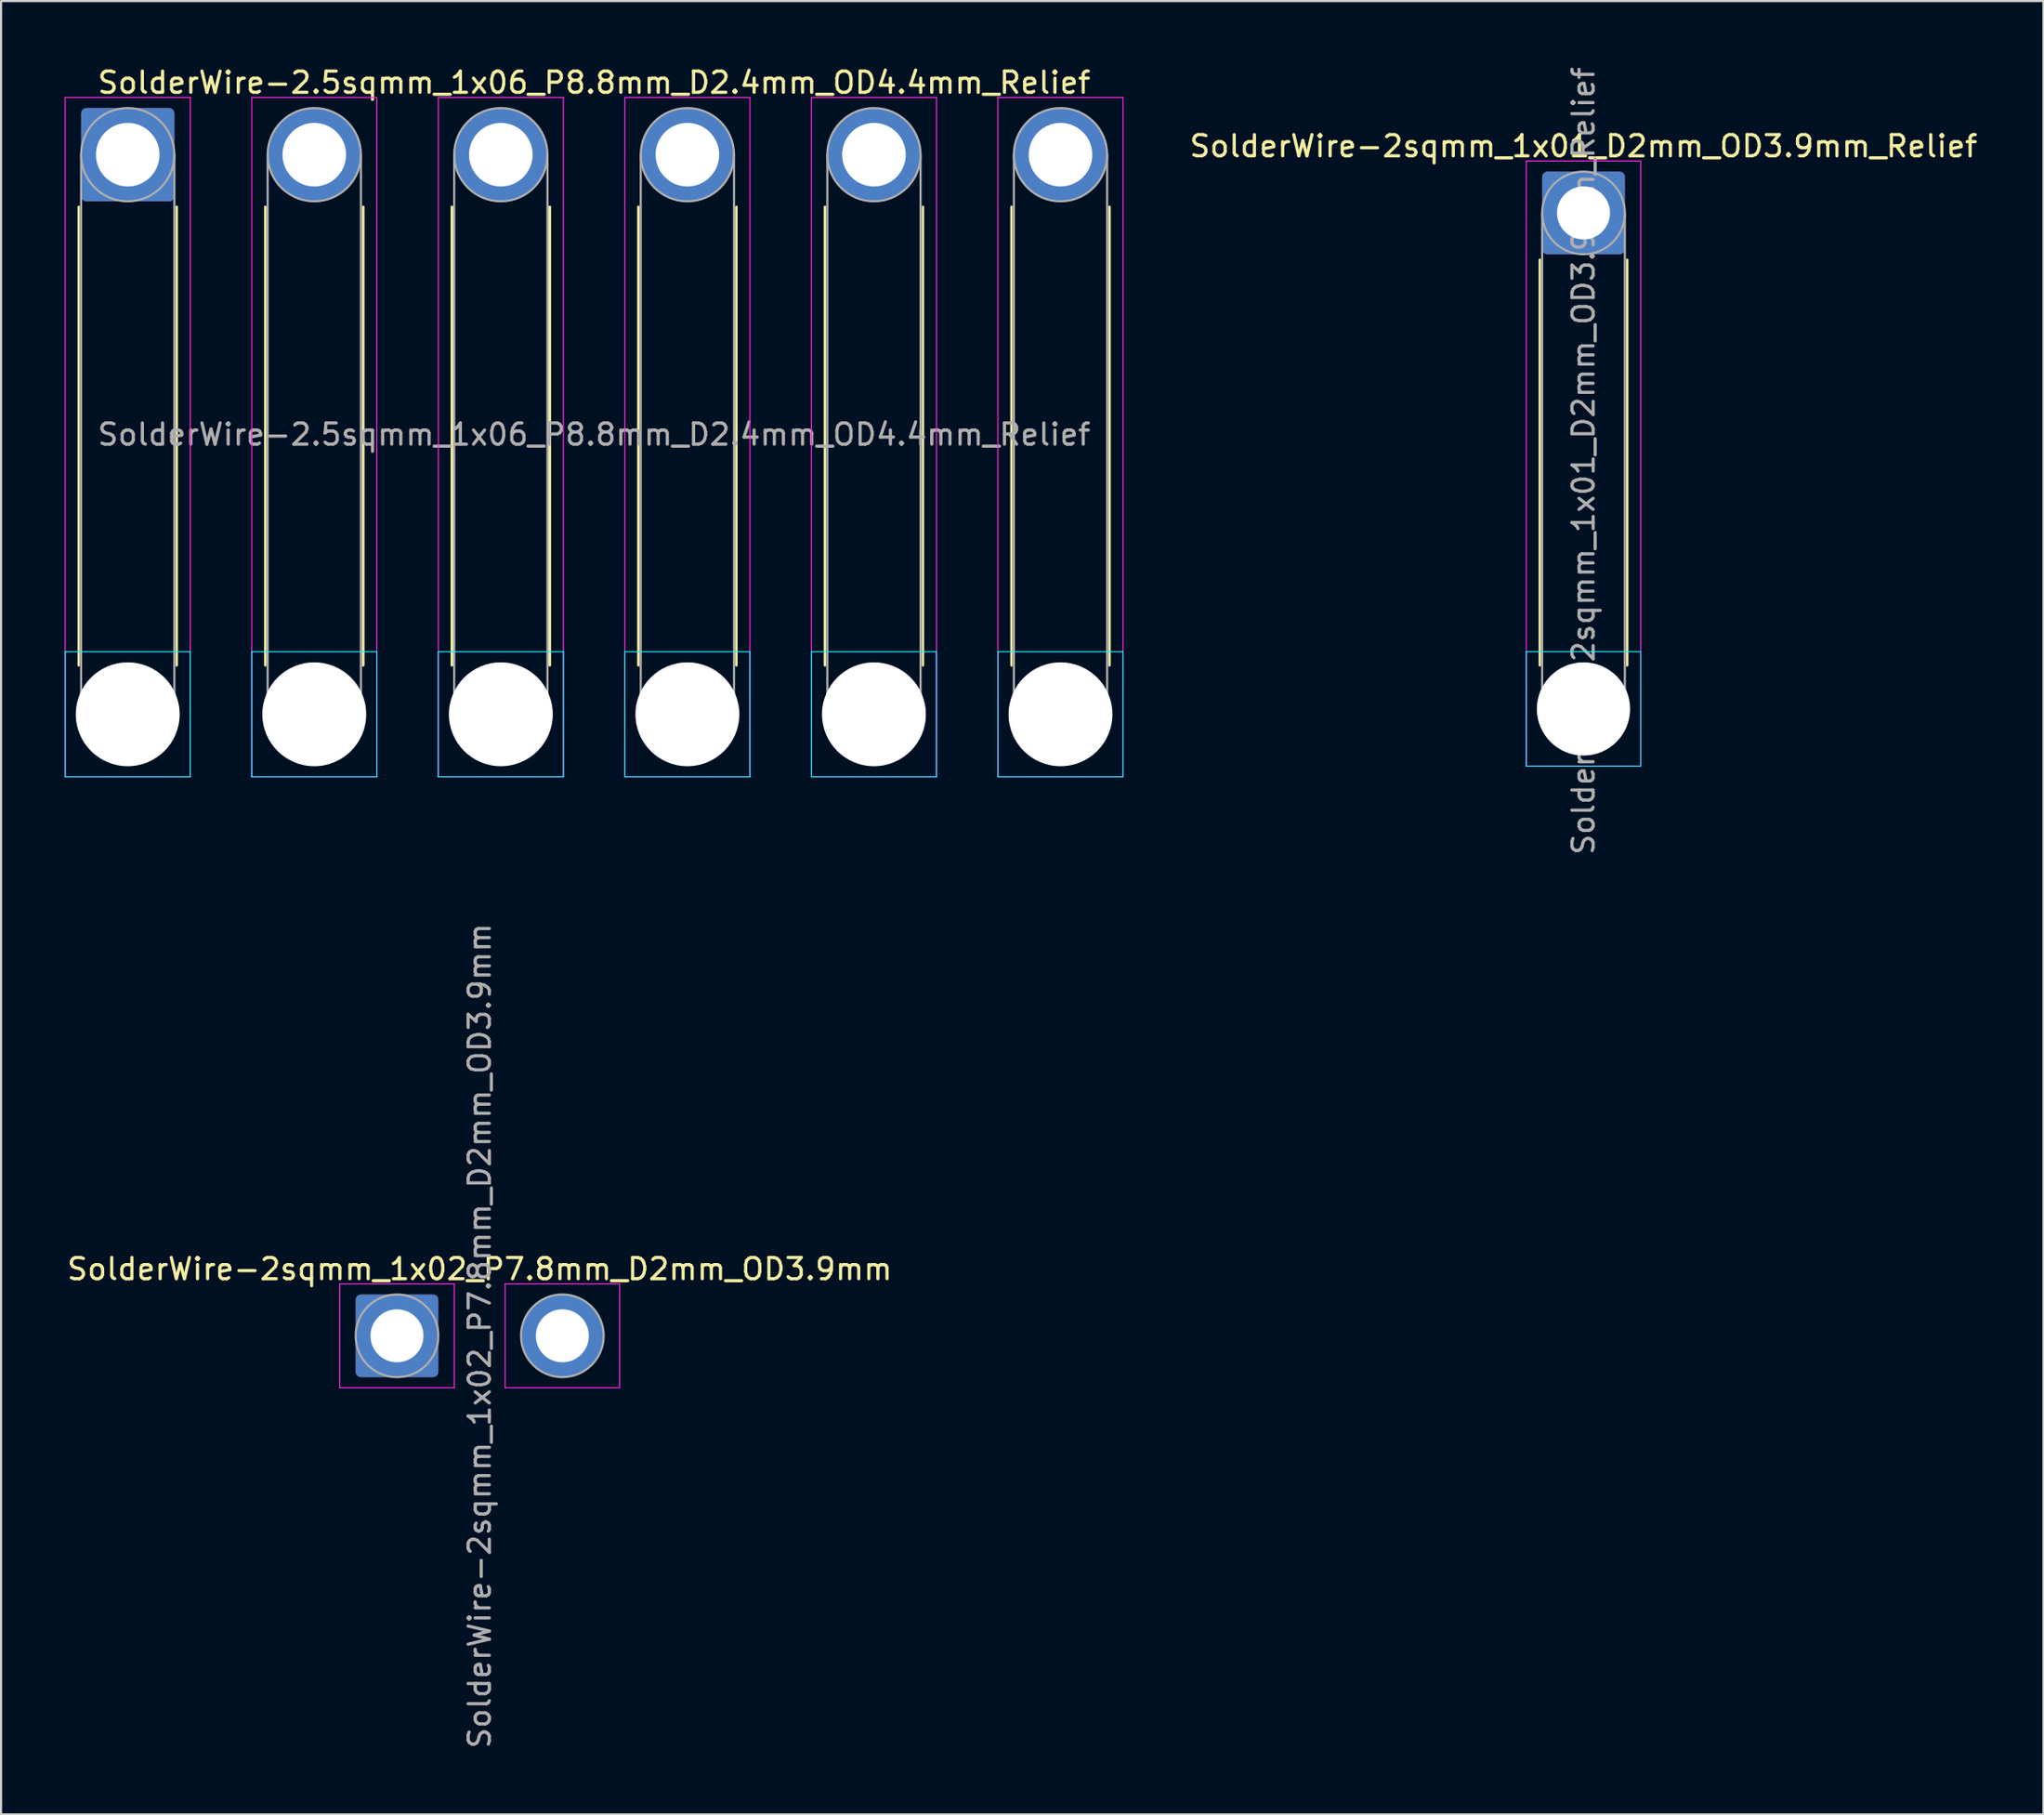
<source format=kicad_pcb>
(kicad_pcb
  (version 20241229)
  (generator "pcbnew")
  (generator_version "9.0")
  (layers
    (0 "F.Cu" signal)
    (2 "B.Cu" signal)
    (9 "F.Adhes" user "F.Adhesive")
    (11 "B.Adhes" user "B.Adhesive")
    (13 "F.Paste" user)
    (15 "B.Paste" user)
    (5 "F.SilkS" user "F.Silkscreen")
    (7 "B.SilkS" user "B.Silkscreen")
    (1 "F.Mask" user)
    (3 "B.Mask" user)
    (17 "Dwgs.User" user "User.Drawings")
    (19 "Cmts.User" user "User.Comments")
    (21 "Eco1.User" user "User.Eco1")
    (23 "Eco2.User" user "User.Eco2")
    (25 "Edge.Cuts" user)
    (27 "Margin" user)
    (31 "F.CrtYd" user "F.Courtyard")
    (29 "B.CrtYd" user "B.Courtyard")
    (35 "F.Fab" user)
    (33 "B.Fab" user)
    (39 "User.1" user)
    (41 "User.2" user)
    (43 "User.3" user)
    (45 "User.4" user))
  (footprint "SolderWire-2.5sqmm_1x06_P8.8mm_D2.4mm_OD4.4mm_Relief"
    (layer "F.Cu")
    (at 2.975 4.248)
    (property "Reference" "SolderWire-2.5sqmm_1x06_P8.8mm_D2.4mm_OD4.4mm_Relief" (at 22 -3.4 0) (layer "F.SilkS") (effects (font (size 1 1) (thickness 0.15))))
    (attr exclude_from_pos_files exclude_from_bom)
    (fp_line (start -2.31 2.46) (end -2.31 24.09) (stroke (width 0.12) (type solid)) (layer "F.SilkS"))
    (fp_line (start 2.31 2.46) (end 2.31 24.09) (stroke (width 0.12) (type solid)) (layer "F.SilkS"))
    (fp_line (start 6.49 2.46) (end 6.49 24.09) (stroke (width 0.12) (type solid)) (layer "F.SilkS"))
    (fp_line (start 11.11 2.46) (end 11.11 24.09) (stroke (width 0.12) (type solid)) (layer "F.SilkS"))
    (fp_line (start 15.29 2.46) (end 15.29 24.09) (stroke (width 0.12) (type solid)) (layer "F.SilkS"))
    (fp_line (start 19.91 2.46) (end 19.91 24.09) (stroke (width 0.12) (type solid)) (layer "F.SilkS"))
    (fp_line (start 24.09 2.46) (end 24.09 24.09) (stroke (width 0.12) (type solid)) (layer "F.SilkS"))
    (fp_line (start 28.71 2.46) (end 28.71 24.09) (stroke (width 0.12) (type solid)) (layer "F.SilkS"))
    (fp_line (start 32.89 2.46) (end 32.89 24.09) (stroke (width 0.12) (type solid)) (layer "F.SilkS"))
    (fp_line (start 37.51 2.46) (end 37.51 24.09) (stroke (width 0.12) (type solid)) (layer "F.SilkS"))
    (fp_line (start 41.69 2.46) (end 41.69 24.09) (stroke (width 0.12) (type solid)) (layer "F.SilkS"))
    (fp_line (start 46.31 2.46) (end 46.31 24.09) (stroke (width 0.12) (type solid)) (layer "F.SilkS"))
    (fp_line (start -2.95 23.45) (end -2.95 29.35) (stroke (width 0.05) (type solid)) (layer "B.CrtYd"))
    (fp_line (start -2.95 29.35) (end 2.95 29.35) (stroke (width 0.05) (type solid)) (layer "B.CrtYd"))
    (fp_line (start 2.95 23.45) (end -2.95 23.45) (stroke (width 0.05) (type solid)) (layer "B.CrtYd"))
    (fp_line (start 2.95 29.35) (end 2.95 23.45) (stroke (width 0.05) (type solid)) (layer "B.CrtYd"))
    (fp_line (start 5.85 23.45) (end 5.85 29.35) (stroke (width 0.05) (type solid)) (layer "B.CrtYd"))
    (fp_line (start 5.85 29.35) (end 11.75 29.35) (stroke (width 0.05) (type solid)) (layer "B.CrtYd"))
    (fp_line (start 11.75 23.45) (end 5.85 23.45) (stroke (width 0.05) (type solid)) (layer "B.CrtYd"))
    (fp_line (start 11.75 29.35) (end 11.75 23.45) (stroke (width 0.05) (type solid)) (layer "B.CrtYd"))
    (fp_line (start 14.65 23.45) (end 14.65 29.35) (stroke (width 0.05) (type solid)) (layer "B.CrtYd"))
    (fp_line (start 14.65 29.35) (end 20.55 29.35) (stroke (width 0.05) (type solid)) (layer "B.CrtYd"))
    (fp_line (start 20.55 23.45) (end 14.65 23.45) (stroke (width 0.05) (type solid)) (layer "B.CrtYd"))
    (fp_line (start 20.55 29.35) (end 20.55 23.45) (stroke (width 0.05) (type solid)) (layer "B.CrtYd"))
    (fp_line (start 23.45 23.45) (end 23.45 29.35) (stroke (width 0.05) (type solid)) (layer "B.CrtYd"))
    (fp_line (start 23.45 29.35) (end 29.35 29.35) (stroke (width 0.05) (type solid)) (layer "B.CrtYd"))
    (fp_line (start 29.35 23.45) (end 23.45 23.45) (stroke (width 0.05) (type solid)) (layer "B.CrtYd"))
    (fp_line (start 29.35 29.35) (end 29.35 23.45) (stroke (width 0.05) (type solid)) (layer "B.CrtYd"))
    (fp_line (start 32.25 23.45) (end 32.25 29.35) (stroke (width 0.05) (type solid)) (layer "B.CrtYd"))
    (fp_line (start 32.25 29.35) (end 38.15 29.35) (stroke (width 0.05) (type solid)) (layer "B.CrtYd"))
    (fp_line (start 38.15 23.45) (end 32.25 23.45) (stroke (width 0.05) (type solid)) (layer "B.CrtYd"))
    (fp_line (start 38.15 29.35) (end 38.15 23.45) (stroke (width 0.05) (type solid)) (layer "B.CrtYd"))
    (fp_line (start 41.05 23.45) (end 41.05 29.35) (stroke (width 0.05) (type solid)) (layer "B.CrtYd"))
    (fp_line (start 41.05 29.35) (end 46.95 29.35) (stroke (width 0.05) (type solid)) (layer "B.CrtYd"))
    (fp_line (start 46.95 23.45) (end 41.05 23.45) (stroke (width 0.05) (type solid)) (layer "B.CrtYd"))
    (fp_line (start 46.95 29.35) (end 46.95 23.45) (stroke (width 0.05) (type solid)) (layer "B.CrtYd"))
    (fp_line (start -2.95 -2.7) (end -2.95 29.35) (stroke (width 0.05) (type solid)) (layer "F.CrtYd"))
    (fp_line (start -2.95 29.35) (end 2.95 29.35) (stroke (width 0.05) (type solid)) (layer "F.CrtYd"))
    (fp_line (start 2.95 -2.7) (end -2.95 -2.7) (stroke (width 0.05) (type solid)) (layer "F.CrtYd"))
    (fp_line (start 2.95 29.35) (end 2.95 -2.7) (stroke (width 0.05) (type solid)) (layer "F.CrtYd"))
    (fp_line (start 5.85 -2.7) (end 5.85 29.35) (stroke (width 0.05) (type solid)) (layer "F.CrtYd"))
    (fp_line (start 5.85 29.35) (end 11.75 29.35) (stroke (width 0.05) (type solid)) (layer "F.CrtYd"))
    (fp_line (start 11.75 -2.7) (end 5.85 -2.7) (stroke (width 0.05) (type solid)) (layer "F.CrtYd"))
    (fp_line (start 11.75 29.35) (end 11.75 -2.7) (stroke (width 0.05) (type solid)) (layer "F.CrtYd"))
    (fp_line (start 14.65 -2.7) (end 14.65 29.35) (stroke (width 0.05) (type solid)) (layer "F.CrtYd"))
    (fp_line (start 14.65 29.35) (end 20.55 29.35) (stroke (width 0.05) (type solid)) (layer "F.CrtYd"))
    (fp_line (start 20.55 -2.7) (end 14.65 -2.7) (stroke (width 0.05) (type solid)) (layer "F.CrtYd"))
    (fp_line (start 20.55 29.35) (end 20.55 -2.7) (stroke (width 0.05) (type solid)) (layer "F.CrtYd"))
    (fp_line (start 23.45 -2.7) (end 23.45 29.35) (stroke (width 0.05) (type solid)) (layer "F.CrtYd"))
    (fp_line (start 23.45 29.35) (end 29.35 29.35) (stroke (width 0.05) (type solid)) (layer "F.CrtYd"))
    (fp_line (start 29.35 -2.7) (end 23.45 -2.7) (stroke (width 0.05) (type solid)) (layer "F.CrtYd"))
    (fp_line (start 29.35 29.35) (end 29.35 -2.7) (stroke (width 0.05) (type solid)) (layer "F.CrtYd"))
    (fp_line (start 32.25 -2.7) (end 32.25 29.35) (stroke (width 0.05) (type solid)) (layer "F.CrtYd"))
    (fp_line (start 32.25 29.35) (end 38.15 29.35) (stroke (width 0.05) (type solid)) (layer "F.CrtYd"))
    (fp_line (start 38.15 -2.7) (end 32.25 -2.7) (stroke (width 0.05) (type solid)) (layer "F.CrtYd"))
    (fp_line (start 38.15 29.35) (end 38.15 -2.7) (stroke (width 0.05) (type solid)) (layer "F.CrtYd"))
    (fp_line (start 41.05 -2.7) (end 41.05 29.35) (stroke (width 0.05) (type solid)) (layer "F.CrtYd"))
    (fp_line (start 41.05 29.35) (end 46.95 29.35) (stroke (width 0.05) (type solid)) (layer "F.CrtYd"))
    (fp_line (start 46.95 -2.7) (end 41.05 -2.7) (stroke (width 0.05) (type solid)) (layer "F.CrtYd"))
    (fp_line (start 46.95 29.35) (end 46.95 -2.7) (stroke (width 0.05) (type solid)) (layer "F.CrtYd"))
    (fp_line (start -2.2 0) (end -2.2 26.4) (stroke (width 0.1) (type solid)) (layer "F.Fab"))
    (fp_line (start 2.2 0) (end 2.2 26.4) (stroke (width 0.1) (type solid)) (layer "F.Fab"))
    (fp_line (start 6.6 0) (end 6.6 26.4) (stroke (width 0.1) (type solid)) (layer "F.Fab"))
    (fp_line (start 11 0) (end 11 26.4) (stroke (width 0.1) (type solid)) (layer "F.Fab"))
    (fp_line (start 15.4 0) (end 15.4 26.4) (stroke (width 0.1) (type solid)) (layer "F.Fab"))
    (fp_line (start 19.8 0) (end 19.8 26.4) (stroke (width 0.1) (type solid)) (layer "F.Fab"))
    (fp_line (start 24.2 0) (end 24.2 26.4) (stroke (width 0.1) (type solid)) (layer "F.Fab"))
    (fp_line (start 28.6 0) (end 28.6 26.4) (stroke (width 0.1) (type solid)) (layer "F.Fab"))
    (fp_line (start 33 0) (end 33 26.4) (stroke (width 0.1) (type solid)) (layer "F.Fab"))
    (fp_line (start 37.4 0) (end 37.4 26.4) (stroke (width 0.1) (type solid)) (layer "F.Fab"))
    (fp_line (start 41.8 0) (end 41.8 26.4) (stroke (width 0.1) (type solid)) (layer "F.Fab"))
    (fp_line (start 46.2 0) (end 46.2 26.4) (stroke (width 0.1) (type solid)) (layer "F.Fab"))
    (fp_circle (center 0 0) (end 2.2 0) (stroke (width 0.1) (type solid)) (fill no) (layer "F.Fab"))
    (fp_circle (center 0 26.4) (end 2.2 26.4) (stroke (width 0.1) (type solid)) (fill no) (layer "F.Fab"))
    (fp_circle (center 8.8 0) (end 11 0) (stroke (width 0.1) (type solid)) (fill no) (layer "F.Fab"))
    (fp_circle (center 8.8 26.4) (end 11 26.4) (stroke (width 0.1) (type solid)) (fill no) (layer "F.Fab"))
    (fp_circle (center 17.6 0) (end 19.8 0) (stroke (width 0.1) (type solid)) (fill no) (layer "F.Fab"))
    (fp_circle (center 17.6 26.4) (end 19.8 26.4) (stroke (width 0.1) (type solid)) (fill no) (layer "F.Fab"))
    (fp_circle (center 26.4 0) (end 28.6 0) (stroke (width 0.1) (type solid)) (fill no) (layer "F.Fab"))
    (fp_circle (center 26.4 26.4) (end 28.6 26.4) (stroke (width 0.1) (type solid)) (fill no) (layer "F.Fab"))
    (fp_circle (center 35.2 0) (end 37.4 0) (stroke (width 0.1) (type solid)) (fill no) (layer "F.Fab"))
    (fp_circle (center 35.2 26.4) (end 37.4 26.4) (stroke (width 0.1) (type solid)) (fill no) (layer "F.Fab"))
    (fp_circle (center 44 0) (end 46.2 0) (stroke (width 0.1) (type solid)) (fill no) (layer "F.Fab"))
    (fp_circle (center 44 26.4) (end 46.2 26.4) (stroke (width 0.1) (type solid)) (fill no) (layer "F.Fab"))
    (fp_text user "${REFERENCE}" (at 22 13.2 0) (layer "F.Fab") (effects (font (size 1 1) (thickness 0.15))))
    (pad "" np_thru_hole circle (at 0 26.4) (size 4.9 4.9) (drill 4.9) (layers "*.Cu" "*.Mask"))
    (pad "" np_thru_hole circle (at 8.8 26.4) (size 4.9 4.9) (drill 4.9) (layers "*.Cu" "*.Mask"))
    (pad "" np_thru_hole circle (at 17.6 26.4) (size 4.9 4.9) (drill 4.9) (layers "*.Cu" "*.Mask"))
    (pad "" np_thru_hole circle (at 26.4 26.4) (size 4.9 4.9) (drill 4.9) (layers "*.Cu" "*.Mask"))
    (pad "" np_thru_hole circle (at 35.2 26.4) (size 4.9 4.9) (drill 4.9) (layers "*.Cu" "*.Mask"))
    (pad "" np_thru_hole circle (at 44 26.4) (size 4.9 4.9) (drill 4.9) (layers "*.Cu" "*.Mask"))
    (pad "1" thru_hole roundrect (at 0 0) (size 4.4 4.4) (drill 3) (layers "*.Cu" "*.Mask") (roundrect_rratio 0.057))
    (pad "2" thru_hole circle (at 8.8 0) (size 4.4 4.4) (drill 3) (layers "*.Cu" "*.Mask"))
    (pad "3" thru_hole circle (at 17.6 0) (size 4.4 4.4) (drill 3) (layers "*.Cu" "*.Mask"))
    (pad "4" thru_hole circle (at 26.4 0) (size 4.4 4.4) (drill 3) (layers "*.Cu" "*.Mask"))
    (pad "5" thru_hole circle (at 35.2 0) (size 4.4 4.4) (drill 3) (layers "*.Cu" "*.Mask"))
    (pad "6" thru_hole circle (at 44 0) (size 4.4 4.4) (drill 3) (layers "*.Cu" "*.Mask")))
  (footprint "SolderWire-2sqmm_1x02_P7.8mm_D2mm_OD3.9mm"
    (layer "F.Cu")
    (at 15.677 59.97)
    (property "Reference" "SolderWire-2sqmm_1x02_P7.8mm_D2mm_OD3.9mm" (at 3.9 -3.15 0) (layer "F.SilkS") (effects (font (size 1 1) (thickness 0.15))))
    (attr exclude_from_pos_files exclude_from_bom)
    (fp_line (start -2.7 -2.45) (end -2.7 2.45) (stroke (width 0.05) (type solid)) (layer "F.CrtYd"))
    (fp_line (start -2.7 2.45) (end 2.7 2.45) (stroke (width 0.05) (type solid)) (layer "F.CrtYd"))
    (fp_line (start 2.7 -2.45) (end -2.7 -2.45) (stroke (width 0.05) (type solid)) (layer "F.CrtYd"))
    (fp_line (start 2.7 2.45) (end 2.7 -2.45) (stroke (width 0.05) (type solid)) (layer "F.CrtYd"))
    (fp_line (start 5.1 -2.45) (end 5.1 2.45) (stroke (width 0.05) (type solid)) (layer "F.CrtYd"))
    (fp_line (start 5.1 2.45) (end 10.5 2.45) (stroke (width 0.05) (type solid)) (layer "F.CrtYd"))
    (fp_line (start 10.5 -2.45) (end 5.1 -2.45) (stroke (width 0.05) (type solid)) (layer "F.CrtYd"))
    (fp_line (start 10.5 2.45) (end 10.5 -2.45) (stroke (width 0.05) (type solid)) (layer "F.CrtYd"))
    (fp_circle (center 0 0) (end 1.95 0) (stroke (width 0.1) (type solid)) (fill no) (layer "F.Fab"))
    (fp_circle (center 7.8 0) (end 9.75 0) (stroke (width 0.1) (type solid)) (fill no) (layer "F.Fab"))
    (fp_text user "${REFERENCE}" (at 3.9 0 90) (layer "F.Fab") (effects (font (size 1 1) (thickness 0.15))))
    (pad "1" thru_hole roundrect (at 0 0) (size 3.9 3.9) (drill 2.5) (layers "*.Cu" "*.Mask") (roundrect_rratio 0.064))
    (pad "2" thru_hole circle (at 7.8 0) (size 3.9 3.9) (drill 2.5) (layers "*.Cu" "*.Mask")))
  (footprint "SolderWire-2sqmm_1x01_D2mm_OD3.9mm_Relief"
    (layer "F.Cu")
    (at 71.646 6.996)
    (property "Reference" "SolderWire-2sqmm_1x01_D2mm_OD3.9mm_Relief" (at 0 -3.15 0) (layer "F.SilkS") (effects (font (size 1 1) (thickness 0.15))))
    (attr exclude_from_pos_files exclude_from_bom)
    (fp_line (start -2.06 2.21) (end -2.06 21.34) (stroke (width 0.12) (type solid)) (layer "F.SilkS"))
    (fp_line (start 2.06 2.21) (end 2.06 21.34) (stroke (width 0.12) (type solid)) (layer "F.SilkS"))
    (fp_line (start -2.7 20.7) (end -2.7 26.1) (stroke (width 0.05) (type solid)) (layer "B.CrtYd"))
    (fp_line (start -2.7 26.1) (end 2.7 26.1) (stroke (width 0.05) (type solid)) (layer "B.CrtYd"))
    (fp_line (start 2.7 20.7) (end -2.7 20.7) (stroke (width 0.05) (type solid)) (layer "B.CrtYd"))
    (fp_line (start 2.7 26.1) (end 2.7 20.7) (stroke (width 0.05) (type solid)) (layer "B.CrtYd"))
    (fp_line (start -2.7 -2.45) (end -2.7 26.1) (stroke (width 0.05) (type solid)) (layer "F.CrtYd"))
    (fp_line (start -2.7 26.1) (end 2.7 26.1) (stroke (width 0.05) (type solid)) (layer "F.CrtYd"))
    (fp_line (start 2.7 -2.45) (end -2.7 -2.45) (stroke (width 0.05) (type solid)) (layer "F.CrtYd"))
    (fp_line (start 2.7 26.1) (end 2.7 -2.45) (stroke (width 0.05) (type solid)) (layer "F.CrtYd"))
    (fp_line (start -1.95 0) (end -1.95 23.4) (stroke (width 0.1) (type solid)) (layer "F.Fab"))
    (fp_line (start 1.95 0) (end 1.95 23.4) (stroke (width 0.1) (type solid)) (layer "F.Fab"))
    (fp_circle (center 0 0) (end 1.95 0) (stroke (width 0.1) (type solid)) (fill no) (layer "F.Fab"))
    (fp_circle (center 0 23.4) (end 1.95 23.4) (stroke (width 0.1) (type solid)) (fill no) (layer "F.Fab"))
    (fp_text user "${REFERENCE}" (at 0 11.7 90) (layer "F.Fab") (effects (font (size 1 1) (thickness 0.15))))
    (pad "" np_thru_hole circle (at 0 23.4) (size 4.4 4.4) (drill 4.4) (layers "*.Cu" "*.Mask"))
    (pad "1" thru_hole roundrect (at 0 0) (size 3.9 3.9) (drill 2.5) (layers "*.Cu" "*.Mask") (roundrect_rratio 0.064)))
  (gr_rect
    (start -3 -3)
    (end 93.343 82.548)
    (stroke (width 0.1) (type default))
    (fill no)
    (layer "Edge.Cuts")))
</source>
